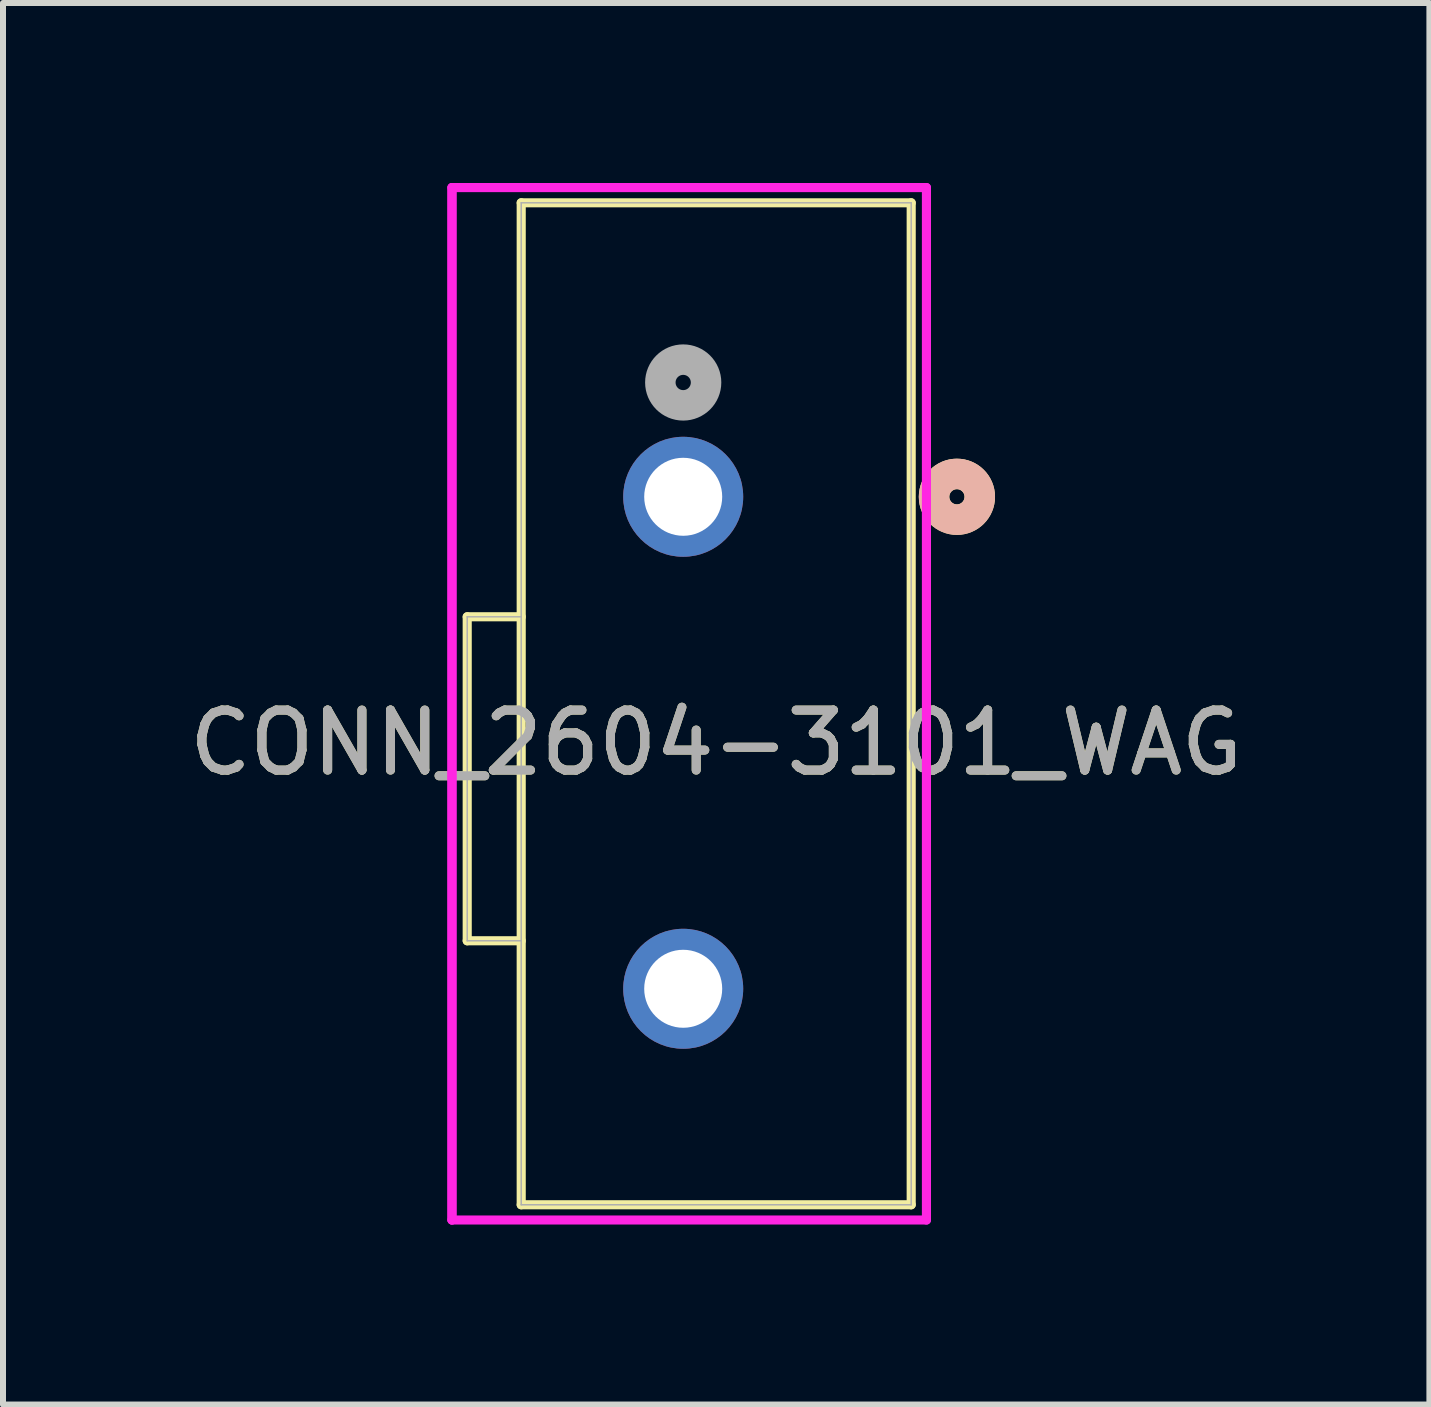
<source format=kicad_pcb>
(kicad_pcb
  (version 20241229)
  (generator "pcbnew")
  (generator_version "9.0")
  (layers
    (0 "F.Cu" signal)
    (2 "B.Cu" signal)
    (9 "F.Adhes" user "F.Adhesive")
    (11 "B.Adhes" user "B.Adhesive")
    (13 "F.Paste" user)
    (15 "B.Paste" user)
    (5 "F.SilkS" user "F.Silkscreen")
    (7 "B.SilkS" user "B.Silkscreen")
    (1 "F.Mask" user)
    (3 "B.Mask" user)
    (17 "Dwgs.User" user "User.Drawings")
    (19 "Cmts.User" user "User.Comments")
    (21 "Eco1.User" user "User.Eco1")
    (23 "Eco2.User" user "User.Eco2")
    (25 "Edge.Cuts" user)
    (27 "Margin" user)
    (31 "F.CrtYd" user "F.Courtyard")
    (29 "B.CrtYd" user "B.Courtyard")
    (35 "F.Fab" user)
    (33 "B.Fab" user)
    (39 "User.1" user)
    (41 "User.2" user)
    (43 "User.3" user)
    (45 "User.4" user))
  (footprint "CONN_2604-3101_WAG"
    (layer "F.Cu")
    (at 8.337 5.23)
    (property "Reference" "CONN_2604-3101_WAG" (at 0.55 4.1 0) (unlocked yes) (layer "F.SilkS") (effects (font (size 1 1) (thickness 0.15))))
    (attr through_hole)
    (fp_line (start -3.6 7.4) (end -3.6 2) (stroke (width 0.152) (type solid)) (layer "F.SilkS"))
    (fp_line (start -2.7 -4.9) (end 3.8 -4.9) (stroke (width 0.152) (type solid)) (layer "F.SilkS"))
    (fp_line (start -2.7 2) (end -3.6 2) (stroke (width 0.152) (type solid)) (layer "F.SilkS"))
    (fp_line (start -2.7 7.4) (end -3.6 7.4) (stroke (width 0.152) (type solid)) (layer "F.SilkS"))
    (fp_line (start -2.7 11.8) (end -2.7 -4.9) (stroke (width 0.152) (type solid)) (layer "F.SilkS"))
    (fp_line (start -2.7 11.8) (end 3.8 11.8) (stroke (width 0.152) (type solid)) (layer "F.SilkS"))
    (fp_line (start 3.8 -4.9) (end 3.8 11.8) (stroke (width 0.152) (type solid)) (layer "F.SilkS"))
    (fp_circle (center 4.562 0) (end 4.943 0) (stroke (width 0.508) (type solid)) (fill no) (layer "F.SilkS"))
    (fp_circle (center 4.562 0) (end 4.943 0) (stroke (width 0.508) (type solid)) (fill no) (layer "B.SilkS"))
    (fp_line (start -3.854 -5.154) (end -3.854 12.054) (stroke (width 0.152) (type solid)) (layer "F.CrtYd"))
    (fp_line (start -3.854 -5.154) (end -3.854 12.054) (stroke (width 0.152) (type solid)) (layer "F.CrtYd"))
    (fp_line (start -3.854 12.054) (end 4.054 12.054) (stroke (width 0.152) (type solid)) (layer "F.CrtYd"))
    (fp_line (start 4.054 -5.154) (end -3.854 -5.154) (stroke (width 0.152) (type solid)) (layer "F.CrtYd"))
    (fp_line (start 4.054 12.054) (end 4.054 -5.154) (stroke (width 0.152) (type solid)) (layer "F.CrtYd"))
    (fp_line (start -3.6 7.4) (end -3.6 2) (stroke (width 0.025) (type solid)) (layer "F.Fab"))
    (fp_line (start -2.7 -4.9) (end 3.8 -4.9) (stroke (width 0.025) (type solid)) (layer "F.Fab"))
    (fp_line (start -2.7 2) (end -3.6 2) (stroke (width 0.025) (type solid)) (layer "F.Fab"))
    (fp_line (start -2.7 7.4) (end -3.6 7.4) (stroke (width 0.025) (type solid)) (layer "F.Fab"))
    (fp_line (start -2.7 11.8) (end -2.7 -4.9) (stroke (width 0.025) (type solid)) (layer "F.Fab"))
    (fp_line (start -2.7 11.8) (end 3.8 11.8) (stroke (width 0.025) (type solid)) (layer "F.Fab"))
    (fp_line (start 3.8 -4.9) (end 3.8 11.8) (stroke (width 0.025) (type solid)) (layer "F.Fab"))
    (fp_circle (center 0 -1.905) (end 0.381 -1.905) (stroke (width 0.508) (type solid)) (fill no) (layer "F.Fab"))
    (fp_text user "${REFERENCE}" (at 0.55 4.1 0) (unlocked yes) (layer "F.Fab") (effects (font (size 1 1) (thickness 0.15))))
    (pad "1" thru_hole circle (at 0 0) (size 2 2) (drill 1.3) (layers "*.Cu" "*.Mask"))
    (pad "2" thru_hole circle (at 0 8.2) (size 2 2) (drill 1.3) (layers "*.Cu" "*.Mask")))
  (gr_rect
    (start -3 -3)
    (end 20.774 20.36)
    (stroke (width 0.1) (type default))
    (fill no)
    (layer "Edge.Cuts")))
</source>
